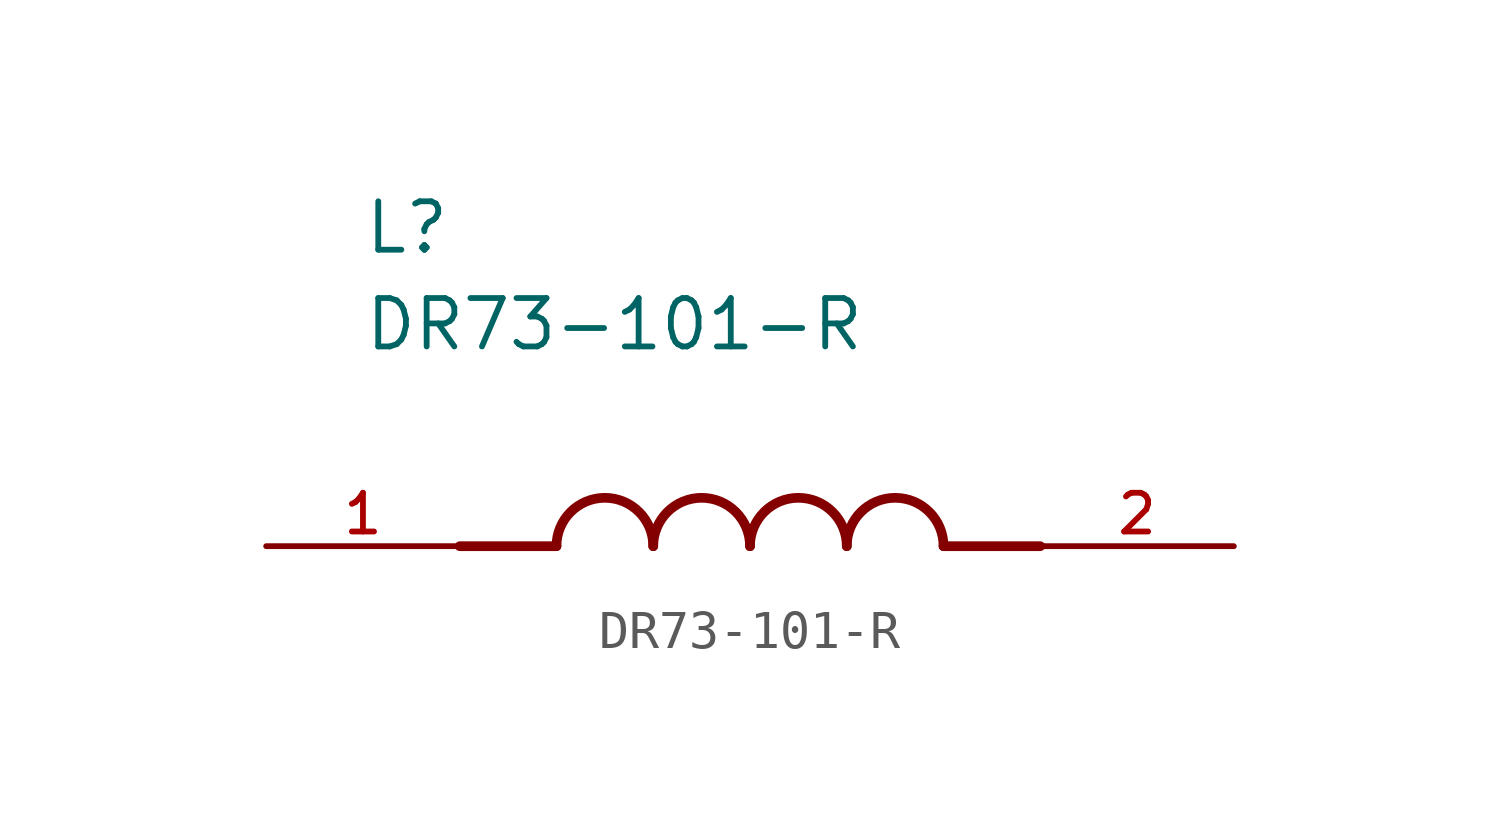
<source format=kicad_sym>
(kicad_symbol_lib
  (version 20211014)
  (generator kicad_symbol_editor)
  (symbol "DR73-101-R"
    (pin_names
      (offset 1.016))
    (property "Reference" "L"
      (at -10.16 7.62 0)
      (effects (font (size 1.27 1.27)) (justify bottom left)))
    (property "Value" "DR73-101-R"
      (at -10.16 5.08 0)
      (effects (font (size 1.27 1.27)) (justify bottom left)))
    (symbol "DR73-101-R_0_0"
      (polyline (pts (xy -5.08 0.0) (xy -7.62 0.0)) (stroke (width 0.254)))
      (polyline (pts (xy 5.08 0.0) (xy 7.62 0.0)) (stroke (width 0.254)))
      (arc (start -2.54 0.0) (mid -3.81 1.27) (end -5.08 0.0) (stroke (width 0.254) (type default) (color 0 0 0 0)) (fill (type none)))
      (arc (start 0.0 0.0) (mid -1.27 1.27) (end -2.54 0.0) (stroke (width 0.254) (type default) (color 0 0 0 0)) (fill (type none)))
      (arc (start 2.54 0.0) (mid 1.27 1.27) (end 0.0 0.0) (stroke (width 0.254) (type default) (color 0 0 0 0)) (fill (type none)))
      (arc (start 5.08 0.0) (mid 3.81 1.27) (end 2.54 0.0) (stroke (width 0.254) (type default) (color 0 0 0 0)) (fill (type none)))
      (pin passive line (at -12.7 0.0 0) (length 5.08) (name "~" (effects (font (size 1.016 1.016)))) (number "1" (effects (font (size 1.016 1.016)))))
      (pin passive line (at 12.7 0.0 180.0) (length 5.08) (name "~" (effects (font (size 1.016 1.016)))) (number "2" (effects (font (size 1.016 1.016))))))))
</source>
